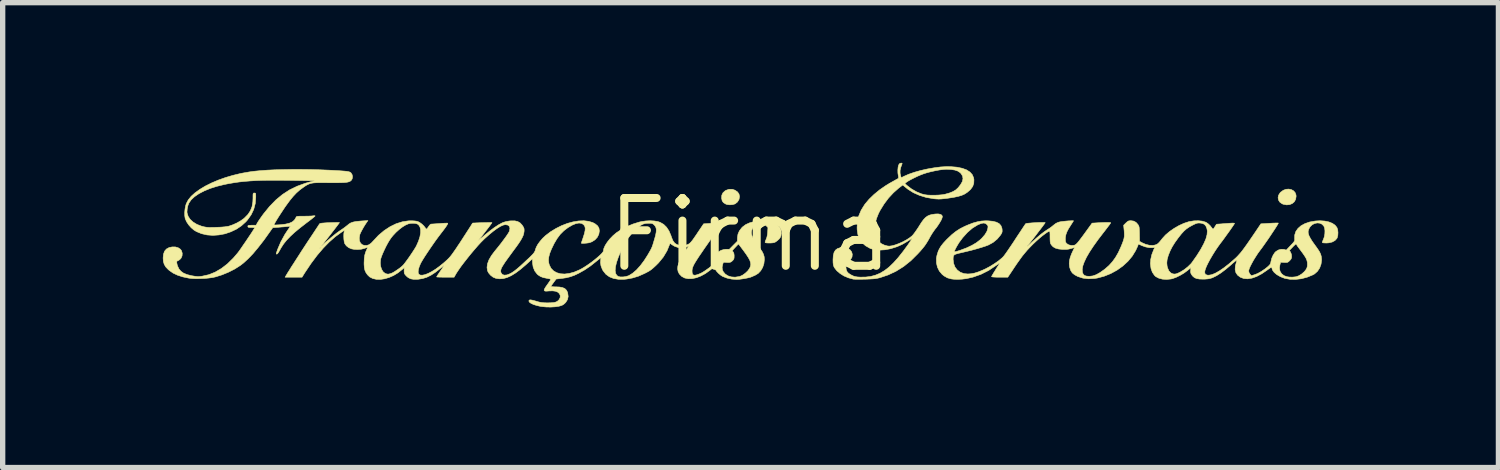
<source format=kicad_pcb>
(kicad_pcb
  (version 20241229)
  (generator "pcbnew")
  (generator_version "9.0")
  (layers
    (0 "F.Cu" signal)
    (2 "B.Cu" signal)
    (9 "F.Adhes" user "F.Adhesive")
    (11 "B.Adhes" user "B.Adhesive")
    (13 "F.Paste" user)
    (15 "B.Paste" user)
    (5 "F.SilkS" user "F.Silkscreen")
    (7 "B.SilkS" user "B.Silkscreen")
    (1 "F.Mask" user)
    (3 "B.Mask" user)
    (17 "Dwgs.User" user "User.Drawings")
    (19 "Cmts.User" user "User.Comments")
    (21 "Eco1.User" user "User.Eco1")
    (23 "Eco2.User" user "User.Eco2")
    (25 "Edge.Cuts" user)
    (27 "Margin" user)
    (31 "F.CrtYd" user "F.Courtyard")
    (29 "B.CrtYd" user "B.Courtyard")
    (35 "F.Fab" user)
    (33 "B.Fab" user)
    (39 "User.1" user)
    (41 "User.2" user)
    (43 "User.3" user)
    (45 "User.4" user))
  (footprint "Firma"
    (layer "F.Cu")
    (at 11.001 1.348)
    (property "Reference" "Firma" (at 0 0 0) (layer "F.SilkS") (effects (font (size 1.27 1.27) (thickness 0.15))))
    (attr through_hole)
    (fp_poly (pts (xy 10.132 -0.848) (xy 10.173 -0.826) (xy 10.204 -0.792) (xy 10.221 -0.747) (xy 10.223 -0.721) (xy 10.214 -0.665) (xy 10.189 -0.619) (xy 10.15 -0.586) (xy 10.101 -0.566) (xy 10.045 -0.561) (xy 9.985 -0.572) (xy 9.962 -0.581) (xy 9.919 -0.611) (xy 9.894 -0.65) (xy 9.885 -0.694) (xy 9.894 -0.741) (xy 9.922 -0.786) (xy 9.934 -0.799) (xy 9.982 -0.834) (xy 10.033 -0.853) (xy 10.084 -0.857) (xy 10.132 -0.848)) (stroke (width 0.01) (type solid)) (fill yes) (layer "F.SilkS"))
    (fp_poly (pts (xy -0.337 -0.854) (xy -0.286 -0.836) (xy -0.239 -0.804) (xy -0.211 -0.765) (xy -0.201 -0.717) (xy -0.201 -0.715) (xy -0.211 -0.662) (xy -0.239 -0.616) (xy -0.281 -0.582) (xy -0.286 -0.579) (xy -0.331 -0.566) (xy -0.384 -0.562) (xy -0.435 -0.568) (xy -0.462 -0.578) (xy -0.503 -0.604) (xy -0.526 -0.637) (xy -0.536 -0.683) (xy -0.537 -0.685) (xy -0.533 -0.742) (xy -0.511 -0.788) (xy -0.471 -0.824) (xy -0.456 -0.833) (xy -0.396 -0.854) (xy -0.337 -0.854)) (stroke (width 0.01) (type solid)) (fill yes) (layer "F.SilkS"))
    (fp_poly (pts (xy 2.845 -1.335) (xy 2.842 -1.326) (xy 2.818 -1.261) (xy 2.806 -1.205) (xy 2.806 -1.154) (xy 2.816 -1.109) (xy 2.827 -1.069) (xy 2.877 -1.095) (xy 2.968 -1.135) (xy 3.075 -1.172) (xy 3.192 -1.205) (xy 3.316 -1.233) (xy 3.442 -1.255) (xy 3.563 -1.271) (xy 3.675 -1.278) (xy 3.752 -1.277) (xy 3.871 -1.267) (xy 3.971 -1.246) (xy 4.052 -1.216) (xy 4.114 -1.176) (xy 4.158 -1.127) (xy 4.183 -1.068) (xy 4.189 -1.032) (xy 4.186 -0.965) (xy 4.166 -0.906) (xy 4.126 -0.851) (xy 4.107 -0.833) (xy 4.061 -0.794) (xy 4.013 -0.763) (xy 3.959 -0.739) (xy 3.894 -0.72) (xy 3.814 -0.703) (xy 3.762 -0.695) (xy 3.684 -0.683) (xy 3.621 -0.676) (xy 3.57 -0.671) (xy 3.525 -0.67) (xy 3.483 -0.672) (xy 3.437 -0.676) (xy 3.433 -0.677) (xy 3.297 -0.7) (xy 3.17 -0.739) (xy 3.054 -0.79) (xy 2.953 -0.854) (xy 2.927 -0.875) (xy 2.856 -0.933) (xy 2.777 -0.873) (xy 2.682 -0.789) (xy 2.59 -0.69) (xy 2.506 -0.578) (xy 2.433 -0.46) (xy 2.402 -0.4) (xy 2.364 -0.304) (xy 2.339 -0.21) (xy 2.33 -0.119) (xy 2.334 -0.035) (xy 2.353 0.039) (xy 2.386 0.103) (xy 2.413 0.135) (xy 2.456 0.166) (xy 2.51 0.192) (xy 2.567 0.208) (xy 2.603 0.212) (xy 2.655 0.205) (xy 2.717 0.188) (xy 2.787 0.162) (xy 2.858 0.13) (xy 2.927 0.093) (xy 2.987 0.054) (xy 3.031 0.019) (xy 3.055 -0.008) (xy 3.086 -0.049) (xy 3.121 -0.099) (xy 3.157 -0.153) (xy 3.163 -0.164) (xy 3.207 -0.233) (xy 3.246 -0.286) (xy 3.282 -0.324) (xy 3.319 -0.351) (xy 3.358 -0.369) (xy 3.398 -0.38) (xy 3.463 -0.39) (xy 3.519 -0.392) (xy 3.561 -0.384) (xy 3.588 -0.368) (xy 3.598 -0.344) (xy 3.598 -0.343) (xy 3.592 -0.315) (xy 3.575 -0.275) (xy 3.548 -0.228) (xy 3.516 -0.178) (xy 3.481 -0.129) (xy 3.467 -0.113) (xy 3.439 -0.075) (xy 3.406 -0.026) (xy 3.374 0.027) (xy 3.359 0.055) (xy 3.327 0.112) (xy 3.297 0.16) (xy 3.266 0.206) (xy 3.229 0.252) (xy 3.184 0.305) (xy 3.136 0.357) (xy 3.007 0.485) (xy 2.872 0.593) (xy 2.731 0.681) (xy 2.582 0.751) (xy 2.424 0.804) (xy 2.418 0.805) (xy 2.38 0.814) (xy 2.339 0.821) (xy 2.291 0.825) (xy 2.233 0.828) (xy 2.158 0.831) (xy 2.143 0.831) (xy 2.08 0.832) (xy 2.023 0.832) (xy 1.975 0.832) (xy 1.941 0.831) (xy 1.926 0.829) (xy 1.838 0.805) (xy 1.755 0.77) (xy 1.682 0.724) (xy 1.621 0.672) (xy 1.577 0.616) (xy 1.573 0.609) (xy 1.562 0.584) (xy 1.555 0.556) (xy 1.551 0.52) (xy 1.55 0.469) (xy 1.55 0.466) (xy 1.555 0.389) (xy 1.569 0.331) (xy 1.595 0.287) (xy 1.633 0.258) (xy 1.685 0.241) (xy 1.718 0.236) (xy 1.778 0.238) (xy 1.829 0.254) (xy 1.871 0.282) (xy 1.899 0.32) (xy 1.911 0.364) (xy 1.906 0.413) (xy 1.901 0.427) (xy 1.876 0.464) (xy 1.845 0.484) (xy 1.817 0.498) (xy 1.799 0.511) (xy 1.796 0.513) (xy 1.792 0.529) (xy 1.791 0.559) (xy 1.791 0.595) (xy 1.797 0.649) (xy 1.812 0.688) (xy 1.84 0.72) (xy 1.884 0.748) (xy 1.899 0.756) (xy 1.935 0.773) (xy 1.969 0.783) (xy 2.009 0.789) (xy 2.058 0.792) (xy 2.159 0.791) (xy 2.253 0.78) (xy 2.343 0.756) (xy 2.43 0.72) (xy 2.514 0.67) (xy 2.599 0.605) (xy 2.684 0.523) (xy 2.772 0.425) (xy 2.864 0.309) (xy 2.962 0.175) (xy 2.968 0.165) (xy 2.995 0.126) (xy 3.014 0.095) (xy 3.026 0.075) (xy 3.026 0.069) (xy 3.026 0.069) (xy 3.01 0.079) (xy 2.982 0.097) (xy 2.947 0.119) (xy 2.939 0.125) (xy 2.845 0.179) (xy 2.749 0.222) (xy 2.642 0.256) (xy 2.624 0.261) (xy 2.523 0.28) (xy 2.427 0.286) (xy 2.338 0.279) (xy 2.261 0.26) (xy 2.24 0.251) (xy 2.158 0.204) (xy 2.094 0.147) (xy 2.047 0.078) (xy 2.016 -0.004) (xy 2.002 -0.098) (xy 2.001 -0.143) (xy 2.009 -0.255) (xy 2.034 -0.36) (xy 2.077 -0.461) (xy 2.14 -0.563) (xy 2.151 -0.578) (xy 2.226 -0.667) (xy 2.318 -0.756) (xy 2.424 -0.843) (xy 2.54 -0.923) (xy 2.603 -0.961) (xy 2.895 -0.961) (xy 2.937 -0.923) (xy 3.021 -0.859) (xy 3.113 -0.806) (xy 3.205 -0.768) (xy 3.265 -0.752) (xy 3.317 -0.745) (xy 3.384 -0.742) (xy 3.457 -0.742) (xy 3.53 -0.745) (xy 3.597 -0.751) (xy 3.651 -0.761) (xy 3.655 -0.762) (xy 3.735 -0.785) (xy 3.799 -0.811) (xy 3.851 -0.843) (xy 3.895 -0.884) (xy 3.936 -0.936) (xy 3.939 -0.94) (xy 3.972 -0.998) (xy 3.984 -1.052) (xy 3.976 -1.101) (xy 3.948 -1.147) (xy 3.928 -1.167) (xy 3.887 -1.194) (xy 3.832 -1.213) (xy 3.762 -1.224) (xy 3.673 -1.228) (xy 3.673 -1.228) (xy 3.615 -1.224) (xy 3.543 -1.215) (xy 3.463 -1.2) (xy 3.381 -1.182) (xy 3.302 -1.161) (xy 3.243 -1.142) (xy 3.191 -1.122) (xy 3.132 -1.097) (xy 3.072 -1.068) (xy 3.015 -1.039) (xy 2.966 -1.012) (xy 2.93 -0.989) (xy 2.921 -0.982) (xy 2.895 -0.961) (xy 2.603 -0.961) (xy 2.641 -0.983) (xy 2.686 -1.008) (xy 2.725 -1.03) (xy 2.755 -1.046) (xy 2.77 -1.055) (xy 2.77 -1.055) (xy 2.777 -1.068) (xy 2.776 -1.093) (xy 2.773 -1.106) (xy 2.765 -1.158) (xy 2.764 -1.215) (xy 2.769 -1.269) (xy 2.777 -1.302) (xy 2.791 -1.329) (xy 2.811 -1.341) (xy 2.82 -1.342) (xy 2.84 -1.343) (xy 2.845 -1.335)) (stroke (width 0.01) (type solid)) (fill yes) (layer "F.SilkS"))
    (fp_poly (pts (xy -8.234 -1.223) (xy -8.059 -1.218) (xy -7.889 -1.211) (xy -7.805 -1.207) (xy -7.717 -1.202) (xy -7.648 -1.197) (xy -7.595 -1.193) (xy -7.555 -1.189) (xy -7.527 -1.184) (xy -7.506 -1.178) (xy -7.492 -1.172) (xy -7.481 -1.163) (xy -7.476 -1.158) (xy -7.456 -1.126) (xy -7.449 -1.086) (xy -7.456 -1.047) (xy -7.474 -1.019) (xy -7.49 -1.006) (xy -7.509 -0.997) (xy -7.533 -0.989) (xy -7.565 -0.983) (xy -7.606 -0.979) (xy -7.661 -0.977) (xy -7.73 -0.976) (xy -7.816 -0.976) (xy -7.891 -0.976) (xy -7.986 -0.977) (xy -8.063 -0.977) (xy -8.124 -0.976) (xy -8.173 -0.973) (xy -8.213 -0.967) (xy -8.247 -0.959) (xy -8.276 -0.947) (xy -8.306 -0.932) (xy -8.338 -0.912) (xy -8.371 -0.889) (xy -8.438 -0.84) (xy -8.501 -0.784) (xy -8.562 -0.719) (xy -8.625 -0.642) (xy -8.693 -0.549) (xy -8.713 -0.521) (xy -8.758 -0.453) (xy -8.801 -0.388) (xy -8.839 -0.329) (xy -8.872 -0.276) (xy -8.897 -0.233) (xy -8.913 -0.203) (xy -8.919 -0.186) (xy -8.919 -0.184) (xy -8.908 -0.184) (xy -8.88 -0.185) (xy -8.839 -0.187) (xy -8.792 -0.19) (xy -8.702 -0.201) (xy -8.631 -0.218) (xy -8.576 -0.243) (xy -8.537 -0.277) (xy -8.51 -0.32) (xy -8.506 -0.331) (xy -8.501 -0.338) (xy -8.49 -0.344) (xy -8.47 -0.347) (xy -8.437 -0.349) (xy -8.388 -0.349) (xy -8.364 -0.349) (xy -8.308 -0.35) (xy -8.257 -0.351) (xy -8.215 -0.353) (xy -8.189 -0.356) (xy -8.189 -0.356) (xy -8.164 -0.358) (xy -8.15 -0.355) (xy -8.15 -0.353) (xy -8.158 -0.344) (xy -8.181 -0.325) (xy -8.215 -0.297) (xy -8.259 -0.263) (xy -8.31 -0.225) (xy -8.32 -0.217) (xy -8.435 -0.128) (xy -8.533 -0.047) (xy -8.615 0.029) (xy -8.684 0.101) (xy -8.74 0.171) (xy -8.786 0.242) (xy -8.812 0.288) (xy -8.832 0.323) (xy -8.85 0.349) (xy -8.863 0.36) (xy -8.864 0.36) (xy -8.873 0.36) (xy -8.877 0.356) (xy -8.877 0.346) (xy -8.87 0.325) (xy -8.857 0.289) (xy -8.852 0.273) (xy -8.792 0.133) (xy -8.717 -0.005) (xy -8.676 -0.068) (xy -8.612 -0.162) (xy -8.685 -0.155) (xy -8.732 -0.15) (xy -8.789 -0.146) (xy -8.844 -0.141) (xy -8.851 -0.141) (xy -8.943 -0.134) (xy -9.003 -0.049) (xy -9.113 0.105) (xy -9.217 0.238) (xy -9.313 0.353) (xy -9.404 0.448) (xy -9.488 0.525) (xy -9.547 0.571) (xy -9.655 0.64) (xy -9.773 0.7) (xy -9.895 0.75) (xy -10.013 0.787) (xy -10.066 0.799) (xy -10.138 0.809) (xy -10.22 0.817) (xy -10.306 0.82) (xy -10.39 0.821) (xy -10.466 0.817) (xy -10.515 0.811) (xy -10.629 0.787) (xy -10.725 0.756) (xy -10.808 0.717) (xy -10.879 0.668) (xy -10.898 0.652) (xy -10.946 0.602) (xy -10.976 0.551) (xy -10.992 0.495) (xy -10.996 0.433) (xy -10.989 0.361) (xy -10.968 0.305) (xy -10.933 0.265) (xy -10.883 0.238) (xy -10.824 0.226) (xy -10.766 0.227) (xy -10.714 0.242) (xy -10.673 0.269) (xy -10.652 0.297) (xy -10.638 0.344) (xy -10.641 0.393) (xy -10.66 0.437) (xy -10.678 0.457) (xy -10.702 0.476) (xy -10.722 0.486) (xy -10.726 0.487) (xy -10.739 0.496) (xy -10.741 0.521) (xy -10.733 0.56) (xy -10.726 0.583) (xy -10.7 0.638) (xy -10.663 0.682) (xy -10.614 0.717) (xy -10.549 0.744) (xy -10.466 0.765) (xy -10.448 0.768) (xy -10.394 0.777) (xy -10.352 0.781) (xy -10.311 0.78) (xy -10.263 0.774) (xy -10.258 0.773) (xy -10.138 0.746) (xy -10.02 0.698) (xy -9.904 0.63) (xy -9.791 0.543) (xy -9.682 0.436) (xy -9.607 0.349) (xy -9.588 0.325) (xy -9.561 0.288) (xy -9.529 0.242) (xy -9.493 0.189) (xy -9.454 0.133) (xy -9.415 0.075) (xy -9.378 0.02) (xy -9.344 -0.031) (xy -9.316 -0.075) (xy -9.295 -0.108) (xy -9.283 -0.128) (xy -9.282 -0.133) (xy -9.291 -0.135) (xy -9.316 -0.137) (xy -9.345 -0.138) (xy -9.381 -0.138) (xy -9.4 -0.142) (xy -9.407 -0.149) (xy -9.409 -0.159) (xy -9.407 -0.17) (xy -9.398 -0.176) (xy -9.378 -0.179) (xy -9.342 -0.18) (xy -9.332 -0.18) (xy -9.255 -0.18) (xy -9.227 -0.231) (xy -9.209 -0.259) (xy -9.182 -0.299) (xy -9.15 -0.345) (xy -9.116 -0.392) (xy -9.002 -0.532) (xy -8.884 -0.653) (xy -8.761 -0.755) (xy -8.629 -0.841) (xy -8.487 -0.91) (xy -8.334 -0.966) (xy -8.252 -0.989) (xy -8.159 -1.013) (xy -8.622 -1.02) (xy -8.802 -1.022) (xy -8.962 -1.022) (xy -9.107 -1.021) (xy -9.238 -1.017) (xy -9.357 -1.01) (xy -9.469 -1.001) (xy -9.573 -0.99) (xy -9.675 -0.975) (xy -9.774 -0.958) (xy -9.853 -0.942) (xy -9.991 -0.908) (xy -10.117 -0.868) (xy -10.23 -0.821) (xy -10.327 -0.77) (xy -10.408 -0.715) (xy -10.471 -0.656) (xy -10.514 -0.594) (xy -10.514 -0.593) (xy -10.533 -0.544) (xy -10.545 -0.486) (xy -10.549 -0.431) (xy -10.547 -0.408) (xy -10.527 -0.346) (xy -10.489 -0.289) (xy -10.434 -0.239) (xy -10.364 -0.196) (xy -10.282 -0.164) (xy -10.264 -0.159) (xy -10.229 -0.15) (xy -10.197 -0.144) (xy -10.165 -0.14) (xy -10.126 -0.138) (xy -10.077 -0.139) (xy -10.013 -0.14) (xy -10.001 -0.141) (xy -9.915 -0.144) (xy -9.843 -0.15) (xy -9.788 -0.158) (xy -9.763 -0.163) (xy -9.691 -0.188) (xy -9.615 -0.222) (xy -9.543 -0.263) (xy -9.483 -0.306) (xy -9.471 -0.317) (xy -9.407 -0.382) (xy -9.361 -0.452) (xy -9.331 -0.528) (xy -9.316 -0.615) (xy -9.313 -0.685) (xy -9.313 -0.731) (xy -9.312 -0.759) (xy -9.308 -0.775) (xy -9.302 -0.782) (xy -9.291 -0.783) (xy -9.287 -0.783) (xy -9.273 -0.782) (xy -9.265 -0.776) (xy -9.262 -0.76) (xy -9.261 -0.73) (xy -9.261 -0.706) (xy -9.27 -0.588) (xy -9.299 -0.477) (xy -9.348 -0.375) (xy -9.417 -0.278) (xy -9.446 -0.245) (xy -9.53 -0.169) (xy -9.626 -0.105) (xy -9.73 -0.056) (xy -9.839 -0.019) (xy -9.951 0.002) (xy -10.064 0.01) (xy -10.173 0.002) (xy -10.277 -0.022) (xy -10.372 -0.061) (xy -10.419 -0.09) (xy -10.47 -0.133) (xy -10.517 -0.186) (xy -10.556 -0.244) (xy -10.581 -0.3) (xy -10.584 -0.31) (xy -10.591 -0.358) (xy -10.592 -0.419) (xy -10.586 -0.484) (xy -10.574 -0.546) (xy -10.562 -0.585) (xy -10.526 -0.653) (xy -10.471 -0.721) (xy -10.398 -0.787) (xy -10.309 -0.851) (xy -10.206 -0.913) (xy -10.09 -0.971) (xy -9.963 -1.025) (xy -9.828 -1.073) (xy -9.685 -1.115) (xy -9.536 -1.151) (xy -9.383 -1.178) (xy -9.297 -1.19) (xy -9.184 -1.201) (xy -9.052 -1.211) (xy -8.906 -1.218) (xy -8.748 -1.222) (xy -8.581 -1.225) (xy -8.409 -1.225) (xy -8.234 -1.223)) (stroke (width 0.01) (type solid)) (fill yes) (layer "F.SilkS"))
    (fp_poly (pts (xy 7.182 -0.257) (xy 7.225 -0.233) (xy 7.261 -0.193) (xy 7.271 -0.176) (xy 7.279 -0.158) (xy 7.284 -0.136) (xy 7.286 -0.104) (xy 7.288 -0.058) (xy 7.289 -0.017) (xy 7.291 0.122) (xy 7.342 0.15) (xy 7.406 0.178) (xy 7.474 0.195) (xy 7.538 0.198) (xy 7.575 0.192) (xy 7.601 0.184) (xy 7.623 0.173) (xy 7.645 0.155) (xy 7.671 0.127) (xy 7.704 0.086) (xy 7.718 0.068) (xy 7.777 0.003) (xy 7.852 -0.061) (xy 7.938 -0.121) (xy 8.03 -0.174) (xy 8.122 -0.216) (xy 8.21 -0.245) (xy 8.227 -0.249) (xy 8.31 -0.262) (xy 8.391 -0.264) (xy 8.463 -0.257) (xy 8.524 -0.239) (xy 8.545 -0.229) (xy 8.582 -0.202) (xy 8.617 -0.167) (xy 8.628 -0.152) (xy 8.648 -0.127) (xy 8.662 -0.11) (xy 8.667 -0.106) (xy 8.676 -0.114) (xy 8.691 -0.135) (xy 8.702 -0.152) (xy 8.732 -0.199) (xy 8.824 -0.205) (xy 8.879 -0.21) (xy 8.938 -0.214) (xy 8.989 -0.218) (xy 8.993 -0.218) (xy 9.032 -0.22) (xy 9.059 -0.219) (xy 9.07 -0.215) (xy 9.07 -0.215) (xy 9.064 -0.203) (xy 9.047 -0.177) (xy 9.022 -0.14) (xy 8.99 -0.094) (xy 8.953 -0.042) (xy 8.913 0.013) (xy 8.873 0.069) (xy 8.834 0.122) (xy 8.806 0.158) (xy 8.756 0.227) (xy 8.706 0.301) (xy 8.658 0.378) (xy 8.614 0.453) (xy 8.576 0.524) (xy 8.545 0.587) (xy 8.524 0.64) (xy 8.513 0.68) (xy 8.513 0.68) (xy 8.513 0.718) (xy 8.527 0.742) (xy 8.556 0.754) (xy 8.589 0.756) (xy 8.643 0.746) (xy 8.708 0.72) (xy 8.784 0.677) (xy 8.869 0.619) (xy 8.963 0.546) (xy 9.064 0.459) (xy 9.065 0.458) (xy 9.097 0.429) (xy 9.127 0.399) (xy 9.156 0.367) (xy 9.187 0.332) (xy 9.22 0.29) (xy 9.257 0.24) (xy 9.3 0.18) (xy 9.35 0.108) (xy 9.409 0.022) (xy 9.46 -0.053) (xy 9.563 -0.206) (xy 9.724 -0.216) (xy 9.781 -0.219) (xy 9.829 -0.221) (xy 9.865 -0.221) (xy 9.887 -0.221) (xy 9.89 -0.22) (xy 9.886 -0.21) (xy 9.872 -0.185) (xy 9.849 -0.148) (xy 9.819 -0.101) (xy 9.783 -0.047) (xy 9.744 0.012) (xy 9.703 0.073) (xy 9.661 0.133) (xy 9.621 0.19) (xy 9.584 0.242) (xy 9.551 0.286) (xy 9.547 0.291) (xy 9.504 0.35) (xy 9.463 0.414) (xy 9.424 0.477) (xy 9.39 0.539) (xy 9.362 0.594) (xy 9.343 0.639) (xy 9.335 0.672) (xy 9.335 0.677) (xy 9.341 0.707) (xy 9.358 0.735) (xy 9.359 0.736) (xy 9.383 0.765) (xy 9.441 0.748) (xy 9.503 0.724) (xy 9.571 0.686) (xy 9.64 0.639) (xy 9.688 0.601) (xy 9.718 0.573) (xy 9.737 0.551) (xy 9.747 0.528) (xy 9.752 0.498) (xy 9.753 0.495) (xy 9.767 0.438) (xy 9.792 0.382) (xy 9.823 0.334) (xy 9.845 0.312) (xy 9.891 0.284) (xy 9.943 0.27) (xy 9.992 0.272) (xy 10.001 0.274) (xy 10.038 0.286) (xy 10.119 0.201) (xy 10.154 0.164) (xy 10.177 0.137) (xy 10.19 0.118) (xy 10.196 0.102) (xy 10.196 0.084) (xy 10.195 0.071) (xy 10.197 0.002) (xy 10.218 -0.063) (xy 10.258 -0.12) (xy 10.315 -0.17) (xy 10.388 -0.21) (xy 10.475 -0.24) (xy 10.486 -0.242) (xy 10.581 -0.259) (xy 10.672 -0.264) (xy 10.758 -0.258) (xy 10.835 -0.242) (xy 10.901 -0.216) (xy 10.952 -0.181) (xy 10.987 -0.138) (xy 10.987 -0.138) (xy 11.002 -0.094) (xy 11.007 -0.042) (xy 11.004 0.011) (xy 10.992 0.056) (xy 10.985 0.069) (xy 10.95 0.107) (xy 10.898 0.135) (xy 10.835 0.15) (xy 10.794 0.153) (xy 10.757 0.152) (xy 10.729 0.15) (xy 10.715 0.146) (xy 10.715 0.133) (xy 10.724 0.108) (xy 10.733 0.088) (xy 10.751 0.038) (xy 10.761 -0.019) (xy 10.763 -0.076) (xy 10.757 -0.127) (xy 10.743 -0.162) (xy 10.71 -0.198) (xy 10.667 -0.218) (xy 10.62 -0.223) (xy 10.571 -0.213) (xy 10.525 -0.19) (xy 10.486 -0.152) (xy 10.47 -0.127) (xy 10.455 -0.093) (xy 10.448 -0.059) (xy 10.451 -0.023) (xy 10.465 0.018) (xy 10.49 0.066) (xy 10.527 0.125) (xy 10.577 0.195) (xy 10.59 0.212) (xy 10.632 0.272) (xy 10.663 0.321) (xy 10.683 0.364) (xy 10.694 0.404) (xy 10.699 0.448) (xy 10.7 0.471) (xy 10.69 0.549) (xy 10.664 0.621) (xy 10.623 0.683) (xy 10.568 0.732) (xy 10.538 0.749) (xy 10.431 0.793) (xy 10.322 0.822) (xy 10.213 0.835) (xy 10.108 0.833) (xy 10.01 0.815) (xy 9.927 0.783) (xy 9.86 0.744) (xy 9.811 0.702) (xy 9.78 0.659) (xy 9.771 0.627) (xy 9.91 0.627) (xy 9.922 0.682) (xy 9.951 0.729) (xy 9.996 0.764) (xy 10.049 0.784) (xy 10.097 0.791) (xy 10.154 0.792) (xy 10.208 0.787) (xy 10.227 0.784) (xy 10.277 0.765) (xy 10.329 0.732) (xy 10.376 0.691) (xy 10.404 0.657) (xy 10.424 0.622) (xy 10.433 0.588) (xy 10.435 0.551) (xy 10.433 0.514) (xy 10.425 0.479) (xy 10.411 0.443) (xy 10.387 0.402) (xy 10.353 0.352) (xy 10.31 0.294) (xy 10.278 0.251) (xy 10.251 0.215) (xy 10.233 0.187) (xy 10.224 0.172) (xy 10.223 0.171) (xy 10.217 0.173) (xy 10.199 0.188) (xy 10.173 0.213) (xy 10.161 0.226) (xy 10.098 0.291) (xy 10.118 0.324) (xy 10.133 0.36) (xy 10.139 0.401) (xy 10.139 0.402) (xy 10.136 0.434) (xy 10.124 0.459) (xy 10.102 0.484) (xy 10.08 0.504) (xy 10.062 0.515) (xy 10.039 0.518) (xy 10.003 0.517) (xy 9.999 0.517) (xy 9.933 0.513) (xy 9.919 0.565) (xy 9.91 0.627) (xy 9.771 0.627) (xy 9.768 0.617) (xy 9.768 0.615) (xy 9.766 0.608) (xy 9.756 0.609) (xy 9.737 0.62) (xy 9.705 0.642) (xy 9.678 0.662) (xy 9.578 0.73) (xy 9.484 0.78) (xy 9.396 0.811) (xy 9.315 0.824) (xy 9.242 0.818) (xy 9.177 0.793) (xy 9.127 0.755) (xy 9.095 0.708) (xy 9.081 0.65) (xy 9.085 0.582) (xy 9.107 0.502) (xy 9.118 0.472) (xy 9.114 0.471) (xy 9.096 0.483) (xy 9.068 0.506) (xy 9.031 0.537) (xy 9.006 0.56) (xy 8.908 0.643) (xy 8.817 0.712) (xy 8.734 0.765) (xy 8.661 0.801) (xy 8.652 0.805) (xy 8.612 0.817) (xy 8.572 0.825) (xy 8.522 0.829) (xy 8.483 0.83) (xy 8.414 0.828) (xy 8.361 0.819) (xy 8.321 0.803) (xy 8.29 0.777) (xy 8.268 0.75) (xy 8.251 0.719) (xy 8.246 0.69) (xy 8.248 0.662) (xy 8.255 0.614) (xy 8.183 0.672) (xy 8.119 0.719) (xy 8.047 0.761) (xy 7.975 0.796) (xy 7.909 0.82) (xy 7.879 0.827) (xy 7.797 0.835) (xy 7.72 0.83) (xy 7.652 0.812) (xy 7.596 0.783) (xy 7.571 0.76) (xy 7.53 0.7) (xy 7.505 0.628) (xy 7.495 0.547) (xy 7.496 0.527) (xy 7.801 0.527) (xy 7.807 0.587) (xy 7.816 0.62) (xy 7.84 0.675) (xy 7.876 0.713) (xy 7.912 0.73) (xy 7.943 0.735) (xy 7.976 0.731) (xy 8.015 0.716) (xy 8.054 0.697) (xy 8.128 0.652) (xy 8.196 0.598) (xy 8.254 0.541) (xy 8.274 0.516) (xy 8.364 0.388) (xy 8.437 0.272) (xy 8.493 0.168) (xy 8.533 0.077) (xy 8.555 -0.003) (xy 8.56 -0.071) (xy 8.553 -0.115) (xy 8.533 -0.165) (xy 8.505 -0.197) (xy 8.466 -0.214) (xy 8.43 -0.22) (xy 8.399 -0.222) (xy 8.373 -0.219) (xy 8.346 -0.211) (xy 8.311 -0.195) (xy 8.283 -0.181) (xy 8.223 -0.148) (xy 8.171 -0.113) (xy 8.124 -0.072) (xy 8.077 -0.021) (xy 8.025 0.044) (xy 8.012 0.061) (xy 7.951 0.146) (xy 7.903 0.223) (xy 7.865 0.297) (xy 7.834 0.373) (xy 7.827 0.393) (xy 7.807 0.465) (xy 7.801 0.527) (xy 7.496 0.527) (xy 7.5 0.46) (xy 7.521 0.369) (xy 7.557 0.276) (xy 7.575 0.242) (xy 7.568 0.239) (xy 7.546 0.239) (xy 7.531 0.241) (xy 7.473 0.24) (xy 7.406 0.227) (xy 7.337 0.203) (xy 7.32 0.195) (xy 7.268 0.171) (xy 7.262 0.194) (xy 7.255 0.214) (xy 7.24 0.246) (xy 7.222 0.286) (xy 7.217 0.296) (xy 7.153 0.4) (xy 7.073 0.496) (xy 6.977 0.584) (xy 6.869 0.661) (xy 6.752 0.725) (xy 6.628 0.775) (xy 6.501 0.809) (xy 6.443 0.818) (xy 6.333 0.823) (xy 6.23 0.811) (xy 6.137 0.781) (xy 6.132 0.779) (xy 6.073 0.747) (xy 6.031 0.713) (xy 6.003 0.67) (xy 5.984 0.615) (xy 5.979 0.591) (xy 5.974 0.539) (xy 5.978 0.484) (xy 5.992 0.425) (xy 6.017 0.357) (xy 6.054 0.277) (xy 6.072 0.242) (xy 6.065 0.241) (xy 6.043 0.246) (xy 6.01 0.256) (xy 6.009 0.256) (xy 5.966 0.267) (xy 5.922 0.273) (xy 5.87 0.273) (xy 5.847 0.273) (xy 5.773 0.265) (xy 5.716 0.249) (xy 5.671 0.223) (xy 5.639 0.188) (xy 5.628 0.17) (xy 5.621 0.152) (xy 5.617 0.127) (xy 5.615 0.091) (xy 5.614 0.04) (xy 5.614 -0.013) (xy 5.612 -0.047) (xy 5.608 -0.065) (xy 5.602 -0.07) (xy 5.601 -0.069) (xy 5.568 -0.052) (xy 5.524 -0.022) (xy 5.471 0.018) (xy 5.414 0.065) (xy 5.355 0.118) (xy 5.298 0.172) (xy 5.291 0.179) (xy 5.236 0.235) (xy 5.187 0.287) (xy 5.142 0.34) (xy 5.097 0.395) (xy 5.051 0.458) (xy 4.999 0.531) (xy 4.94 0.618) (xy 4.924 0.643) (xy 4.823 0.794) (xy 4.671 0.794) (xy 4.612 0.793) (xy 4.565 0.791) (xy 4.534 0.788) (xy 4.52 0.784) (xy 4.519 0.784) (xy 4.524 0.771) (xy 4.539 0.745) (xy 4.561 0.708) (xy 4.588 0.665) (xy 4.591 0.659) (xy 4.619 0.615) (xy 4.644 0.576) (xy 4.662 0.547) (xy 4.672 0.531) (xy 4.672 0.53) (xy 4.668 0.53) (xy 4.651 0.54) (xy 4.623 0.56) (xy 4.603 0.574) (xy 4.464 0.667) (xy 4.321 0.739) (xy 4.174 0.791) (xy 4.049 0.82) (xy 3.966 0.83) (xy 3.883 0.834) (xy 3.807 0.831) (xy 3.761 0.825) (xy 3.691 0.805) (xy 3.632 0.771) (xy 3.594 0.741) (xy 3.541 0.678) (xy 3.505 0.605) (xy 3.487 0.524) (xy 3.486 0.439) (xy 3.497 0.382) (xy 3.516 0.321) (xy 3.519 0.312) (xy 3.821 0.312) (xy 3.827 0.317) (xy 3.847 0.315) (xy 3.883 0.305) (xy 3.936 0.288) (xy 3.939 0.287) (xy 4.055 0.243) (xy 4.152 0.197) (xy 4.235 0.148) (xy 4.306 0.093) (xy 4.336 0.065) (xy 4.395 -0.003) (xy 4.434 -0.069) (xy 4.45 -0.124) (xy 4.453 -0.155) (xy 4.447 -0.176) (xy 4.43 -0.195) (xy 4.401 -0.216) (xy 4.366 -0.221) (xy 4.321 -0.212) (xy 4.265 -0.189) (xy 4.259 -0.186) (xy 4.161 -0.126) (xy 4.067 -0.045) (xy 3.977 0.055) (xy 3.908 0.148) (xy 3.89 0.178) (xy 3.869 0.213) (xy 3.849 0.25) (xy 3.833 0.282) (xy 3.822 0.305) (xy 3.821 0.312) (xy 3.519 0.312) (xy 3.54 0.265) (xy 3.573 0.211) (xy 3.617 0.155) (xy 3.675 0.092) (xy 3.699 0.069) (xy 3.778 -0.006) (xy 3.854 -0.066) (xy 3.932 -0.116) (xy 4.019 -0.16) (xy 4.077 -0.185) (xy 4.17 -0.221) (xy 4.252 -0.244) (xy 4.328 -0.258) (xy 4.405 -0.263) (xy 4.456 -0.262) (xy 4.542 -0.254) (xy 4.609 -0.237) (xy 4.66 -0.211) (xy 4.694 -0.174) (xy 4.713 -0.126) (xy 4.717 -0.099) (xy 4.718 -0.065) (xy 4.712 -0.038) (xy 4.695 -0.008) (xy 4.689 0.002) (xy 4.625 0.079) (xy 4.547 0.143) (xy 4.459 0.191) (xy 4.459 0.191) (xy 4.4 0.213) (xy 4.325 0.237) (xy 4.237 0.263) (xy 4.139 0.29) (xy 4.036 0.315) (xy 3.954 0.334) (xy 3.895 0.348) (xy 3.853 0.36) (xy 3.825 0.372) (xy 3.81 0.388) (xy 3.802 0.409) (xy 3.8 0.439) (xy 3.799 0.459) (xy 3.809 0.537) (xy 3.835 0.605) (xy 3.878 0.66) (xy 3.934 0.701) (xy 4.002 0.726) (xy 4.073 0.733) (xy 4.138 0.729) (xy 4.204 0.716) (xy 4.276 0.693) (xy 4.358 0.659) (xy 4.408 0.636) (xy 4.494 0.59) (xy 4.577 0.538) (xy 4.653 0.485) (xy 4.716 0.432) (xy 4.742 0.406) (xy 4.757 0.387) (xy 4.782 0.353) (xy 4.815 0.306) (xy 4.854 0.249) (xy 4.898 0.184) (xy 4.944 0.115) (xy 4.963 0.085) (xy 5.009 0.015) (xy 5.051 -0.048) (xy 5.088 -0.104) (xy 5.119 -0.151) (xy 5.142 -0.185) (xy 5.155 -0.205) (xy 5.158 -0.208) (xy 5.172 -0.213) (xy 5.201 -0.217) (xy 5.243 -0.221) (xy 5.292 -0.225) (xy 5.346 -0.228) (xy 5.399 -0.231) (xy 5.447 -0.232) (xy 5.487 -0.232) (xy 5.514 -0.231) (xy 5.524 -0.228) (xy 5.524 -0.228) (xy 5.518 -0.218) (xy 5.5 -0.193) (xy 5.472 -0.155) (xy 5.435 -0.106) (xy 5.391 -0.049) (xy 5.342 0.016) (xy 5.288 0.086) (xy 5.231 0.159) (xy 5.197 0.201) (xy 5.188 0.214) (xy 5.194 0.213) (xy 5.213 0.196) (xy 5.247 0.166) (xy 5.265 0.148) (xy 5.353 0.067) (xy 5.433 -0.002) (xy 5.505 -0.057) (xy 5.566 -0.098) (xy 5.571 -0.101) (xy 5.608 -0.125) (xy 5.649 -0.155) (xy 5.679 -0.18) (xy 5.722 -0.213) (xy 5.763 -0.233) (xy 5.791 -0.241) (xy 5.822 -0.247) (xy 5.863 -0.252) (xy 5.909 -0.257) (xy 5.956 -0.261) (xy 5.998 -0.263) (xy 6.031 -0.264) (xy 6.05 -0.264) (xy 6.054 -0.262) (xy 6.048 -0.252) (xy 6.033 -0.228) (xy 6.012 -0.196) (xy 6.005 -0.184) (xy 5.96 -0.114) (xy 5.93 -0.055) (xy 5.911 -0.002) (xy 5.902 0.049) (xy 5.901 0.071) (xy 5.902 0.109) (xy 5.906 0.134) (xy 5.917 0.153) (xy 5.928 0.165) (xy 5.965 0.188) (xy 6.013 0.199) (xy 6.063 0.196) (xy 6.076 0.192) (xy 6.09 0.185) (xy 6.106 0.172) (xy 6.126 0.152) (xy 6.152 0.121) (xy 6.185 0.078) (xy 6.227 0.022) (xy 6.257 -0.019) (xy 6.402 -0.219) (xy 6.515 -0.226) (xy 6.597 -0.23) (xy 6.663 -0.232) (xy 6.712 -0.232) (xy 6.742 -0.23) (xy 6.752 -0.225) (xy 6.752 -0.225) (xy 6.745 -0.215) (xy 6.728 -0.19) (xy 6.701 -0.155) (xy 6.667 -0.11) (xy 6.628 -0.059) (xy 6.619 -0.048) (xy 6.514 0.089) (xy 6.426 0.212) (xy 6.353 0.323) (xy 6.296 0.421) (xy 6.255 0.508) (xy 6.228 0.583) (xy 6.217 0.646) (xy 6.221 0.699) (xy 6.222 0.705) (xy 6.237 0.74) (xy 6.263 0.763) (xy 6.302 0.774) (xy 6.355 0.777) (xy 6.416 0.769) (xy 6.481 0.746) (xy 6.552 0.706) (xy 6.631 0.65) (xy 6.646 0.638) (xy 6.719 0.574) (xy 6.783 0.503) (xy 6.84 0.424) (xy 6.893 0.332) (xy 6.943 0.223) (xy 6.968 0.162) (xy 6.987 0.111) (xy 6.999 0.068) (xy 7.006 0.027) (xy 7.006 -0.019) (xy 7.003 -0.077) (xy 7 -0.103) (xy 6.993 -0.18) (xy 7.035 -0.222) (xy 7.063 -0.247) (xy 7.085 -0.26) (xy 7.112 -0.264) (xy 7.128 -0.265) (xy 7.182 -0.257)) (stroke (width 0.01) (type solid)) (fill yes) (layer "F.SilkS"))
    (fp_poly (pts (xy -7.178 -0.242) (xy -7.208 -0.198) (xy -7.239 -0.148) (xy -7.267 -0.098) (xy -7.291 -0.053) (xy -7.307 -0.018) (xy -7.312 -0.005) (xy -7.323 0.059) (xy -7.318 0.113) (xy -7.299 0.156) (xy -7.266 0.185) (xy -7.232 0.197) (xy -7.185 0.199) (xy -7.142 0.186) (xy -7.1 0.156) (xy -7.06 0.114) (xy -6.962 0.009) (xy -6.856 -0.08) (xy -6.746 -0.152) (xy -6.632 -0.208) (xy -6.517 -0.244) (xy -6.402 -0.262) (xy -6.334 -0.263) (xy -6.284 -0.26) (xy -6.249 -0.255) (xy -6.222 -0.247) (xy -6.196 -0.234) (xy -6.185 -0.227) (xy -6.148 -0.2) (xy -6.114 -0.167) (xy -6.101 -0.151) (xy -6.082 -0.126) (xy -6.067 -0.11) (xy -6.063 -0.106) (xy -6.054 -0.114) (xy -6.038 -0.135) (xy -6.026 -0.153) (xy -6.006 -0.18) (xy -5.988 -0.198) (xy -5.98 -0.201) (xy -5.964 -0.202) (xy -5.931 -0.204) (xy -5.886 -0.207) (xy -5.833 -0.211) (xy -5.817 -0.212) (xy -5.764 -0.216) (xy -5.718 -0.218) (xy -5.684 -0.219) (xy -5.666 -0.218) (xy -5.665 -0.218) (xy -5.667 -0.205) (xy -5.683 -0.176) (xy -5.713 -0.132) (xy -5.758 -0.072) (xy -5.805 -0.011) (xy -5.849 0.047) (xy -5.898 0.114) (xy -5.949 0.187) (xy -6 0.261) (xy -6.049 0.334) (xy -6.094 0.402) (xy -6.132 0.463) (xy -6.161 0.512) (xy -6.174 0.536) (xy -6.2 0.598) (xy -6.216 0.654) (xy -6.22 0.7) (xy -6.211 0.732) (xy -6.209 0.736) (xy -6.183 0.753) (xy -6.144 0.756) (xy -6.092 0.746) (xy -6.03 0.722) (xy -6.02 0.717) (xy -5.956 0.683) (xy -5.891 0.642) (xy -5.823 0.592) (xy -5.746 0.53) (xy -5.715 0.503) (xy -5.677 0.469) (xy -5.645 0.437) (xy -5.614 0.402) (xy -5.583 0.362) (xy -5.547 0.311) (xy -5.504 0.249) (xy -5.476 0.206) (xy -5.442 0.156) (xy -5.405 0.099) (xy -5.367 0.04) (xy -5.328 -0.02) (xy -5.292 -0.076) (xy -5.259 -0.127) (xy -5.232 -0.169) (xy -5.213 -0.2) (xy -5.203 -0.217) (xy -5.202 -0.219) (xy -5.192 -0.221) (xy -5.164 -0.222) (xy -5.124 -0.224) (xy -5.076 -0.226) (xy -5.023 -0.228) (xy -4.969 -0.229) (xy -4.92 -0.23) (xy -4.879 -0.23) (xy -4.85 -0.23) (xy -4.837 -0.229) (xy -4.837 -0.228) (xy -4.843 -0.218) (xy -4.86 -0.194) (xy -4.886 -0.159) (xy -4.92 -0.114) (xy -4.959 -0.064) (xy -4.964 -0.057) (xy -5.092 0.107) (xy -4.972 0.005) (xy -4.88 -0.071) (xy -4.794 -0.135) (xy -4.717 -0.186) (xy -4.65 -0.222) (xy -4.625 -0.233) (xy -4.575 -0.248) (xy -4.514 -0.259) (xy -4.48 -0.262) (xy -4.41 -0.262) (xy -4.355 -0.249) (xy -4.31 -0.223) (xy -4.272 -0.182) (xy -4.265 -0.171) (xy -4.245 -0.139) (xy -4.236 -0.113) (xy -4.235 -0.083) (xy -4.236 -0.063) (xy -4.242 -0.026) (xy -4.253 0.012) (xy -4.272 0.053) (xy -4.299 0.102) (xy -4.336 0.159) (xy -4.385 0.228) (xy -4.432 0.291) (xy -4.497 0.38) (xy -4.551 0.454) (xy -4.594 0.514) (xy -4.626 0.564) (xy -4.65 0.603) (xy -4.665 0.635) (xy -4.672 0.661) (xy -4.674 0.683) (xy -4.67 0.702) (xy -4.666 0.713) (xy -4.643 0.743) (xy -4.607 0.755) (xy -4.56 0.751) (xy -4.547 0.747) (xy -4.508 0.732) (xy -4.466 0.71) (xy -4.421 0.68) (xy -4.368 0.638) (xy -4.305 0.584) (xy -4.253 0.536) (xy -4.189 0.476) (xy -4.138 0.429) (xy -4.1 0.391) (xy -4.071 0.361) (xy -4.051 0.337) (xy -4.038 0.316) (xy -4.029 0.297) (xy -4.023 0.278) (xy -4.022 0.27) (xy -4.005 0.227) (xy -3.976 0.175) (xy -3.936 0.121) (xy -3.89 0.067) (xy -3.84 0.02) (xy -3.839 0.018) (xy -3.742 -0.056) (xy -3.639 -0.119) (xy -3.533 -0.172) (xy -3.425 -0.214) (xy -3.318 -0.243) (xy -3.214 -0.26) (xy -3.116 -0.264) (xy -3.027 -0.253) (xy -2.948 -0.229) (xy -2.904 -0.205) (xy -2.859 -0.168) (xy -2.834 -0.126) (xy -2.826 -0.075) (xy -2.826 -0.073) (xy -2.836 -0.012) (xy -2.864 0.045) (xy -2.908 0.093) (xy -2.964 0.129) (xy -3 0.143) (xy -3.028 0.15) (xy -3.064 0.155) (xy -3.101 0.158) (xy -3.134 0.16) (xy -3.157 0.159) (xy -3.164 0.155) (xy -3.161 0.144) (xy -3.152 0.118) (xy -3.139 0.08) (xy -3.128 0.047) (xy -3.105 -0.026) (xy -3.093 -0.083) (xy -3.091 -0.127) (xy -3.1 -0.162) (xy -3.12 -0.19) (xy -3.121 -0.191) (xy -3.159 -0.215) (xy -3.208 -0.221) (xy -3.267 -0.21) (xy -3.335 -0.182) (xy -3.41 -0.138) (xy -3.412 -0.137) (xy -3.491 -0.077) (xy -3.56 -0.008) (xy -3.62 0.073) (xy -3.677 0.17) (xy -3.68 0.177) (xy -3.724 0.268) (xy -3.755 0.346) (xy -3.773 0.414) (xy -3.779 0.474) (xy -3.773 0.528) (xy -3.763 0.564) (xy -3.731 0.627) (xy -3.684 0.675) (xy -3.625 0.709) (xy -3.555 0.729) (xy -3.476 0.734) (xy -3.389 0.723) (xy -3.297 0.698) (xy -3.2 0.657) (xy -3.149 0.63) (xy -3.092 0.595) (xy -3.032 0.555) (xy -2.972 0.512) (xy -2.914 0.467) (xy -2.861 0.423) (xy -2.816 0.383) (xy -2.781 0.348) (xy -2.758 0.32) (xy -2.751 0.303) (xy -2.742 0.255) (xy -2.717 0.199) (xy -2.678 0.138) (xy -2.629 0.076) (xy -2.571 0.016) (xy -2.509 -0.037) (xy -2.416 -0.099) (xy -2.309 -0.156) (xy -2.194 -0.203) (xy -2.079 -0.239) (xy -2.033 -0.249) (xy -1.956 -0.26) (xy -1.876 -0.264) (xy -1.8 -0.26) (xy -1.733 -0.249) (xy -1.688 -0.234) (xy -1.622 -0.196) (xy -1.567 -0.142) (xy -1.522 -0.073) (xy -1.485 0.014) (xy -1.476 0.042) (xy -1.449 0.109) (xy -1.414 0.156) (xy -1.368 0.185) (xy -1.311 0.198) (xy -1.26 0.198) (xy -1.221 0.194) (xy -1.189 0.188) (xy -1.161 0.177) (xy -1.135 0.16) (xy -1.109 0.134) (xy -1.079 0.097) (xy -1.044 0.047) (xy -0.999 -0.018) (xy -0.995 -0.025) (xy -0.873 -0.206) (xy -0.757 -0.214) (xy -0.702 -0.218) (xy -0.649 -0.22) (xy -0.604 -0.22) (xy -0.584 -0.22) (xy -0.527 -0.217) (xy -0.717 0.053) (xy -0.794 0.163) (xy -0.86 0.257) (xy -0.915 0.338) (xy -0.961 0.405) (xy -0.998 0.462) (xy -1.027 0.508) (xy -1.05 0.547) (xy -1.066 0.579) (xy -1.077 0.605) (xy -1.084 0.628) (xy -1.088 0.649) (xy -1.09 0.67) (xy -1.09 0.679) (xy -1.087 0.719) (xy -1.075 0.745) (xy -1.053 0.756) (xy -1.019 0.754) (xy -0.971 0.739) (xy -0.926 0.72) (xy -0.894 0.703) (xy -0.856 0.679) (xy -0.814 0.65) (xy -0.772 0.62) (xy -0.736 0.591) (xy -0.709 0.566) (xy -0.695 0.549) (xy -0.694 0.547) (xy -0.681 0.5) (xy -0.666 0.452) (xy -0.65 0.407) (xy -0.637 0.372) (xy -0.627 0.352) (xy -0.593 0.317) (xy -0.546 0.29) (xy -0.491 0.274) (xy -0.453 0.27) (xy -0.391 0.27) (xy -0.317 0.195) (xy -0.242 0.12) (xy -0.24 0.051) (xy -0.23 -0.014) (xy -0.204 -0.073) (xy -0.161 -0.13) (xy -0.141 -0.15) (xy -0.083 -0.193) (xy -0.009 -0.226) (xy 0.079 -0.25) (xy 0.177 -0.263) (xy 0.238 -0.265) (xy 0.321 -0.259) (xy 0.398 -0.241) (xy 0.465 -0.214) (xy 0.519 -0.179) (xy 0.557 -0.137) (xy 0.565 -0.123) (xy 0.578 -0.079) (xy 0.581 -0.029) (xy 0.575 0.018) (xy 0.567 0.041) (xy 0.544 0.074) (xy 0.51 0.106) (xy 0.474 0.133) (xy 0.447 0.145) (xy 0.42 0.15) (xy 0.383 0.153) (xy 0.345 0.153) (xy 0.31 0.152) (xy 0.286 0.148) (xy 0.279 0.145) (xy 0.279 0.132) (xy 0.287 0.107) (xy 0.296 0.087) (xy 0.312 0.044) (xy 0.322 -0.009) (xy 0.326 -0.05) (xy 0.331 -0.137) (xy 0.288 -0.18) (xy 0.26 -0.205) (xy 0.237 -0.218) (xy 0.21 -0.222) (xy 0.202 -0.222) (xy 0.144 -0.212) (xy 0.093 -0.185) (xy 0.054 -0.143) (xy 0.029 -0.089) (xy 0.024 -0.064) (xy 0.022 -0.037) (xy 0.025 -0.011) (xy 0.033 0.018) (xy 0.048 0.052) (xy 0.072 0.093) (xy 0.105 0.144) (xy 0.149 0.208) (xy 0.186 0.259) (xy 0.224 0.316) (xy 0.248 0.365) (xy 0.261 0.412) (xy 0.264 0.463) (xy 0.256 0.538) (xy 0.233 0.609) (xy 0.196 0.672) (xy 0.149 0.722) (xy 0.093 0.756) (xy 0.093 0.756) (xy 0.061 0.77) (xy 0.036 0.781) (xy 0.029 0.784) (xy 0.001 0.795) (xy -0.043 0.806) (xy -0.096 0.817) (xy -0.153 0.826) (xy -0.206 0.833) (xy -0.25 0.836) (xy -0.257 0.836) (xy -0.348 0.829) (xy -0.436 0.81) (xy -0.514 0.78) (xy -0.517 0.779) (xy -0.557 0.753) (xy -0.597 0.719) (xy -0.631 0.682) (xy -0.655 0.646) (xy -0.663 0.625) (xy -0.667 0.604) (xy -0.527 0.604) (xy -0.523 0.651) (xy -0.506 0.69) (xy -0.468 0.735) (xy -0.417 0.768) (xy -0.354 0.788) (xy -0.284 0.793) (xy -0.21 0.782) (xy -0.193 0.778) (xy -0.145 0.756) (xy -0.094 0.72) (xy -0.048 0.677) (xy -0.015 0.632) (xy -0.01 0.623) (xy 0.004 0.588) (xy 0.01 0.554) (xy 0.005 0.517) (xy -0.009 0.475) (xy -0.036 0.426) (xy -0.075 0.366) (xy -0.127 0.294) (xy -0.131 0.289) (xy -0.22 0.17) (xy -0.281 0.234) (xy -0.31 0.265) (xy -0.327 0.285) (xy -0.333 0.298) (xy -0.33 0.309) (xy -0.321 0.319) (xy -0.308 0.343) (xy -0.302 0.38) (xy -0.302 0.399) (xy -0.303 0.434) (xy -0.31 0.457) (xy -0.325 0.477) (xy -0.337 0.489) (xy -0.359 0.506) (xy -0.379 0.515) (xy -0.405 0.518) (xy -0.438 0.517) (xy -0.503 0.513) (xy -0.515 0.55) (xy -0.527 0.604) (xy -0.667 0.604) (xy -0.669 0.594) (xy -0.755 0.664) (xy -0.84 0.725) (xy -0.925 0.771) (xy -1.007 0.803) (xy -1.087 0.82) (xy -1.16 0.822) (xy -1.226 0.809) (xy -1.282 0.78) (xy -1.326 0.735) (xy -1.331 0.728) (xy -1.352 0.686) (xy -1.36 0.639) (xy -1.356 0.586) (xy -1.338 0.525) (xy -1.305 0.455) (xy -1.258 0.373) (xy -1.223 0.317) (xy -1.155 0.213) (xy -1.198 0.228) (xy -1.272 0.244) (xy -1.347 0.239) (xy -1.418 0.214) (xy -1.466 0.185) (xy -1.489 0.168) (xy -1.501 0.164) (xy -1.507 0.171) (xy -1.509 0.176) (xy -1.559 0.299) (xy -1.628 0.415) (xy -1.717 0.524) (xy -1.768 0.575) (xy -1.816 0.619) (xy -1.857 0.653) (xy -1.899 0.681) (xy -1.949 0.708) (xy -1.983 0.725) (xy -2.096 0.775) (xy -2.205 0.808) (xy -2.314 0.828) (xy -2.362 0.833) (xy -2.468 0.833) (xy -2.56 0.817) (xy -2.638 0.786) (xy -2.703 0.739) (xy -2.754 0.675) (xy -2.759 0.668) (xy -2.53 0.668) (xy -2.522 0.722) (xy -2.499 0.76) (xy -2.471 0.78) (xy -2.434 0.789) (xy -2.385 0.789) (xy -2.333 0.782) (xy -2.285 0.768) (xy -2.271 0.762) (xy -2.202 0.719) (xy -2.13 0.657) (xy -2.058 0.577) (xy -1.986 0.481) (xy -1.922 0.381) (xy -1.892 0.329) (xy -1.869 0.289) (xy -1.852 0.256) (xy -1.838 0.224) (xy -1.825 0.187) (xy -1.811 0.14) (xy -1.794 0.084) (xy -1.773 0.009) (xy -1.762 -0.05) (xy -1.759 -0.096) (xy -1.765 -0.132) (xy -1.78 -0.162) (xy -1.798 -0.184) (xy -1.817 -0.201) (xy -1.835 -0.211) (xy -1.858 -0.216) (xy -1.894 -0.217) (xy -1.908 -0.217) (xy -1.957 -0.214) (xy -2.001 -0.203) (xy -2.044 -0.182) (xy -2.089 -0.149) (xy -2.141 -0.103) (xy -2.174 -0.07) (xy -2.233 -0.007) (xy -2.281 0.053) (xy -2.324 0.114) (xy -2.363 0.182) (xy -2.404 0.263) (xy -2.42 0.299) (xy -2.469 0.414) (xy -2.504 0.514) (xy -2.524 0.598) (xy -2.53 0.668) (xy -2.759 0.668) (xy -2.772 0.643) (xy -2.796 0.58) (xy -2.805 0.516) (xy -2.8 0.457) (xy -2.794 0.44) (xy -2.794 0.432) (xy -2.803 0.434) (xy -2.823 0.448) (xy -2.856 0.474) (xy -2.882 0.495) (xy -2.994 0.584) (xy -3.102 0.657) (xy -3.212 0.719) (xy -3.294 0.758) (xy -3.37 0.785) (xy -3.447 0.804) (xy -3.528 0.816) (xy -3.635 0.828) (xy -3.683 0.892) (xy -3.706 0.924) (xy -3.724 0.95) (xy -3.734 0.964) (xy -3.734 0.965) (xy -3.726 0.969) (xy -3.701 0.972) (xy -3.665 0.974) (xy -3.649 0.974) (xy -3.573 0.977) (xy -3.515 0.988) (xy -3.472 1.007) (xy -3.442 1.037) (xy -3.422 1.077) (xy -3.419 1.089) (xy -3.41 1.154) (xy -3.422 1.211) (xy -3.454 1.263) (xy -3.466 1.276) (xy -3.495 1.302) (xy -3.524 1.319) (xy -3.56 1.331) (xy -3.586 1.338) (xy -3.656 1.348) (xy -3.738 1.353) (xy -3.824 1.351) (xy -3.906 1.343) (xy -3.932 1.339) (xy -4 1.323) (xy -4.058 1.305) (xy -4.104 1.284) (xy -4.134 1.263) (xy -4.146 1.242) (xy -4.143 1.227) (xy -4.133 1.22) (xy -4.115 1.218) (xy -4.084 1.223) (xy -4.038 1.235) (xy -4.003 1.245) (xy -3.955 1.259) (xy -3.912 1.267) (xy -3.867 1.272) (xy -3.811 1.274) (xy -3.789 1.274) (xy -3.723 1.272) (xy -3.673 1.267) (xy -3.636 1.257) (xy -3.608 1.241) (xy -3.584 1.218) (xy -3.578 1.211) (xy -3.559 1.171) (xy -3.56 1.131) (xy -3.577 1.098) (xy -3.607 1.072) (xy -3.647 1.056) (xy -3.701 1.049) (xy -3.765 1.051) (xy -3.807 1.054) (xy -3.837 1.054) (xy -3.855 1.048) (xy -3.86 1.036) (xy -3.854 1.015) (xy -3.835 0.982) (xy -3.803 0.936) (xy -3.764 0.881) (xy -3.747 0.855) (xy -3.738 0.836) (xy -3.738 0.83) (xy -3.751 0.826) (xy -3.778 0.82) (xy -3.81 0.814) (xy -3.877 0.8) (xy -3.929 0.78) (xy -3.973 0.751) (xy -3.992 0.734) (xy -4.037 0.675) (xy -4.066 0.604) (xy -4.078 0.523) (xy -4.078 0.519) (xy -4.08 0.449) (xy -4.201 0.559) (xy -4.302 0.645) (xy -4.393 0.713) (xy -4.477 0.765) (xy -4.555 0.8) (xy -4.628 0.82) (xy -4.698 0.824) (xy -4.763 0.815) (xy -4.816 0.793) (xy -4.864 0.756) (xy -4.903 0.71) (xy -4.921 0.672) (xy -4.93 0.611) (xy -4.921 0.542) (xy -4.893 0.467) (xy -4.846 0.387) (xy -4.79 0.312) (xy -4.723 0.23) (xy -4.663 0.154) (xy -4.611 0.084) (xy -4.568 0.025) (xy -4.535 -0.024) (xy -4.514 -0.06) (xy -4.508 -0.077) (xy -4.501 -0.125) (xy -4.512 -0.16) (xy -4.538 -0.182) (xy -4.581 -0.19) (xy -4.587 -0.191) (xy -4.627 -0.182) (xy -4.679 -0.159) (xy -4.74 -0.121) (xy -4.81 -0.07) (xy -4.887 -0.007) (xy -4.97 0.067) (xy -4.994 0.09) (xy -5.045 0.141) (xy -5.103 0.204) (xy -5.166 0.277) (xy -5.232 0.355) (xy -5.297 0.436) (xy -5.36 0.516) (xy -5.417 0.591) (xy -5.465 0.66) (xy -5.503 0.717) (xy -5.514 0.736) (xy -5.547 0.794) (xy -5.71 0.794) (xy -5.767 0.793) (xy -5.814 0.792) (xy -5.85 0.791) (xy -5.87 0.789) (xy -5.874 0.787) (xy -5.868 0.777) (xy -5.853 0.752) (xy -5.83 0.718) (xy -5.805 0.681) (xy -5.778 0.642) (xy -5.756 0.608) (xy -5.741 0.586) (xy -5.736 0.577) (xy -5.744 0.581) (xy -5.764 0.596) (xy -5.793 0.619) (xy -5.812 0.635) (xy -5.9 0.704) (xy -5.982 0.757) (xy -6.059 0.795) (xy -6.137 0.819) (xy -6.218 0.832) (xy -6.23 0.833) (xy -6.301 0.834) (xy -6.359 0.824) (xy -6.406 0.801) (xy -6.441 0.771) (xy -6.465 0.744) (xy -6.478 0.722) (xy -6.482 0.694) (xy -6.482 0.672) (xy -6.481 0.615) (xy -6.519 0.649) (xy -6.597 0.711) (xy -6.679 0.761) (xy -6.763 0.798) (xy -6.847 0.823) (xy -6.928 0.835) (xy -7.003 0.833) (xy -7.07 0.818) (xy -7.128 0.788) (xy -7.169 0.748) (xy -7.198 0.706) (xy -7.217 0.664) (xy -7.227 0.617) (xy -7.232 0.557) (xy -7.232 0.528) (xy -6.929 0.528) (xy -6.922 0.59) (xy -6.904 0.646) (xy -6.877 0.691) (xy -6.84 0.721) (xy -6.826 0.727) (xy -6.801 0.734) (xy -6.78 0.736) (xy -6.755 0.731) (xy -6.731 0.724) (xy -6.701 0.712) (xy -6.661 0.689) (xy -6.616 0.659) (xy -6.57 0.627) (xy -6.531 0.596) (xy -6.502 0.569) (xy -6.501 0.568) (xy -6.476 0.538) (xy -6.443 0.494) (xy -6.404 0.441) (xy -6.364 0.383) (xy -6.325 0.325) (xy -6.291 0.272) (xy -6.264 0.228) (xy -6.251 0.204) (xy -6.213 0.118) (xy -6.187 0.037) (xy -6.174 -0.036) (xy -6.174 -0.099) (xy -6.184 -0.141) (xy -6.205 -0.179) (xy -6.232 -0.202) (xy -6.27 -0.214) (xy -6.317 -0.217) (xy -6.362 -0.215) (xy -6.4 -0.207) (xy -6.441 -0.19) (xy -6.456 -0.183) (xy -6.512 -0.149) (xy -6.574 -0.102) (xy -6.636 -0.046) (xy -6.693 0.015) (xy -6.726 0.056) (xy -6.756 0.1) (xy -6.79 0.157) (xy -6.824 0.221) (xy -6.856 0.288) (xy -6.885 0.352) (xy -6.908 0.41) (xy -6.922 0.455) (xy -6.923 0.462) (xy -6.929 0.528) (xy -7.232 0.528) (xy -7.232 0.524) (xy -7.229 0.446) (xy -7.22 0.381) (xy -7.203 0.323) (xy -7.185 0.281) (xy -7.174 0.255) (xy -7.168 0.239) (xy -7.168 0.237) (xy -7.179 0.238) (xy -7.203 0.246) (xy -7.227 0.254) (xy -7.283 0.269) (xy -7.35 0.275) (xy -7.417 0.272) (xy -7.467 0.263) (xy -7.52 0.24) (xy -7.565 0.205) (xy -7.595 0.163) (xy -7.596 0.16) (xy -7.605 0.126) (xy -7.611 0.079) (xy -7.613 0.027) (xy -7.612 -0.021) (xy -7.606 -0.056) (xy -7.598 -0.086) (xy -7.659 -0.047) (xy -7.771 0.034) (xy -7.885 0.134) (xy -7.999 0.251) (xy -8.113 0.385) (xy -8.224 0.533) (xy -8.332 0.694) (xy -8.346 0.715) (xy -8.395 0.794) (xy -8.711 0.794) (xy -8.698 0.77) (xy -8.685 0.748) (xy -8.662 0.71) (xy -8.63 0.66) (xy -8.592 0.598) (xy -8.547 0.529) (xy -8.499 0.454) (xy -8.448 0.375) (xy -8.397 0.295) (xy -8.365 0.247) (xy -8.062 0.247) (xy -8.062 0.254) (xy -8.061 0.254) (xy -8.052 0.247) (xy -8.042 0.235) (xy -8.033 0.223) (xy -8.038 0.226) (xy -8.046 0.231) (xy -8.062 0.247) (xy -8.365 0.247) (xy -8.346 0.217) (xy -8.297 0.142) (xy -8.251 0.073) (xy -8.246 0.065) (xy -8.202 -0.000418) (xy -8.162 -0.061) (xy -8.127 -0.114) (xy -8.099 -0.156) (xy -8.079 -0.187) (xy -8.069 -0.202) (xy -8.069 -0.203) (xy -8.062 -0.21) (xy -8.048 -0.215) (xy -8.023 -0.219) (xy -7.986 -0.222) (xy -7.932 -0.226) (xy -7.877 -0.228) (xy -7.817 -0.23) (xy -7.766 -0.231) (xy -7.726 -0.231) (xy -7.701 -0.231) (xy -7.694 -0.229) (xy -7.7 -0.219) (xy -7.718 -0.195) (xy -7.745 -0.159) (xy -7.78 -0.113) (xy -7.822 -0.059) (xy -7.864 -0.004) (xy -8.035 0.214) (xy -7.906 0.099) (xy -7.854 0.054) (xy -7.798 0.008) (xy -7.745 -0.034) (xy -7.699 -0.067) (xy -7.686 -0.076) (xy -7.64 -0.107) (xy -7.595 -0.139) (xy -7.557 -0.169) (xy -7.543 -0.18) (xy -7.511 -0.206) (xy -7.478 -0.225) (xy -7.438 -0.239) (xy -7.388 -0.249) (xy -7.323 -0.256) (xy -7.276 -0.26) (xy -7.16 -0.267) (xy -7.178 -0.242)) (stroke (width 0.01) (type solid)) (fill yes) (layer "F.SilkS")))
  (gr_rect
    (start -3 -3)
    (end 25.013 5.706)
    (stroke (width 0.1) (type default))
    (fill no)
    (layer "Edge.Cuts")))
</source>
